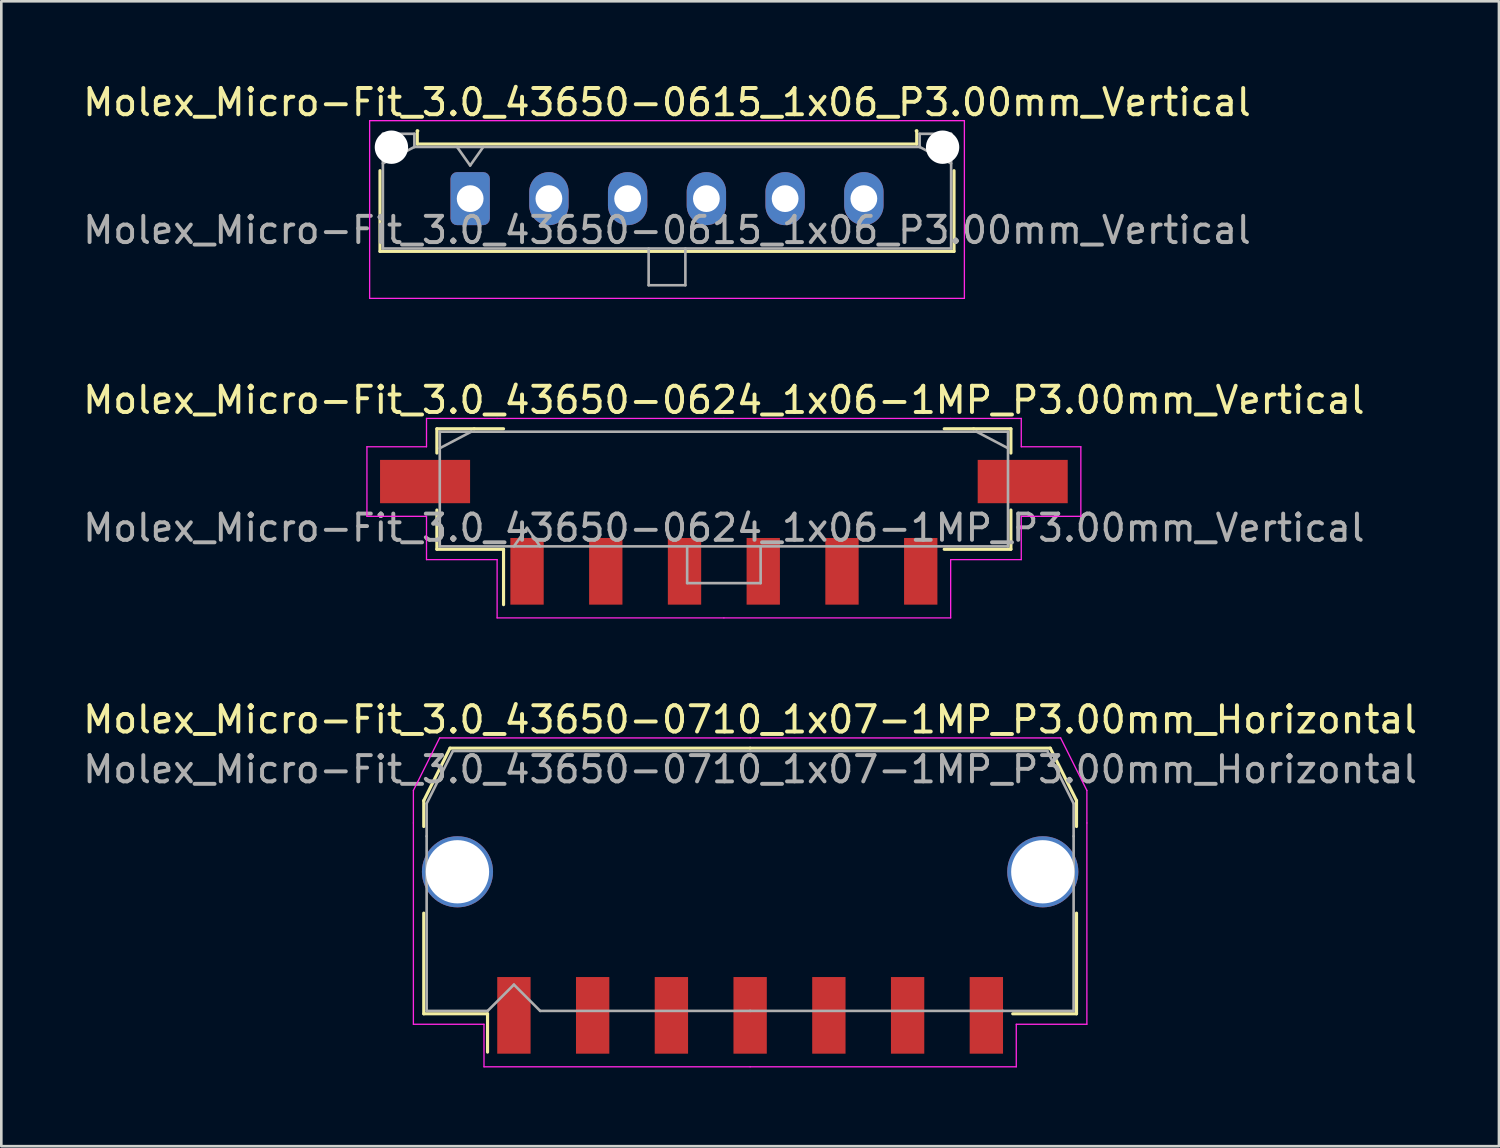
<source format=kicad_pcb>
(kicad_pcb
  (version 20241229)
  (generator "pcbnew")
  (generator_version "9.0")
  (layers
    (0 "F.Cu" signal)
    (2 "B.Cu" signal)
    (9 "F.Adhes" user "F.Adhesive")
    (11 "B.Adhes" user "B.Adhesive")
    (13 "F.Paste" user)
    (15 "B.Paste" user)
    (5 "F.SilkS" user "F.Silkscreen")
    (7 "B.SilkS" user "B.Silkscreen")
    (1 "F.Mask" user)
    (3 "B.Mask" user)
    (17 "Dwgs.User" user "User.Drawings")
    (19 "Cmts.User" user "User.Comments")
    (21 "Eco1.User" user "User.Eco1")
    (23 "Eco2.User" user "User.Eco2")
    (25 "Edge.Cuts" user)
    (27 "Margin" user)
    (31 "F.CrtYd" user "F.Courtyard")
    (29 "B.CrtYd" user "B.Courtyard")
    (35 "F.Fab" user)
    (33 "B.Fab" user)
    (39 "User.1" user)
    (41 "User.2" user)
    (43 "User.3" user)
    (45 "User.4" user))
  (footprint "Molex_Micro-Fit_3.0_43650-0615_1x06_P3.00mm_Vertical"
    (layer "F.Cu")
    (at 14.863 4.518)
    (property "Reference" "Molex_Micro-Fit_3.0_43650-0615_1x06_P3.00mm_Vertical" (at 7.5 -3.67 0) (layer "F.SilkS") (effects (font (size 1 1) (thickness 0.15))))
    (attr through_hole)
    (fp_line (start -3.435 -1.065) (end -3.435 2.01) (stroke (width 0.12) (type solid)) (layer "F.SilkS"))
    (fp_line (start -3.435 2.01) (end 18.435 2.01) (stroke (width 0.12) (type solid)) (layer "F.SilkS"))
    (fp_line (start -2.015 -2.58) (end -2.015 -2.08) (stroke (width 0.12) (type solid)) (layer "F.SilkS"))
    (fp_line (start -2.015 -2.08) (end 17.015 -2.08) (stroke (width 0.12) (type solid)) (layer "F.SilkS"))
    (fp_line (start -1.995 -2.58) (end -2.015 -2.58) (stroke (width 0.12) (type solid)) (layer "F.SilkS"))
    (fp_line (start 17.015 -2.58) (end 16.995 -2.58) (stroke (width 0.12) (type solid)) (layer "F.SilkS"))
    (fp_line (start 17.015 -2.08) (end 17.015 -2.58) (stroke (width 0.12) (type solid)) (layer "F.SilkS"))
    (fp_line (start 18.435 2.01) (end 18.435 -1.065) (stroke (width 0.12) (type solid)) (layer "F.SilkS"))
    (fp_line (start -3.83 -2.97) (end 18.83 -2.97) (stroke (width 0.05) (type solid)) (layer "F.CrtYd"))
    (fp_line (start -3.83 3.8) (end -3.83 -2.97) (stroke (width 0.05) (type solid)) (layer "F.CrtYd"))
    (fp_line (start 18.83 -2.97) (end 18.83 3.8) (stroke (width 0.05) (type solid)) (layer "F.CrtYd"))
    (fp_line (start 18.83 3.8) (end -3.83 3.8) (stroke (width 0.05) (type solid)) (layer "F.CrtYd"))
    (fp_line (start -3.325 -2.47) (end -3.325 1.9) (stroke (width 0.1) (type solid)) (layer "F.Fab"))
    (fp_line (start -3.325 -1.34) (end -2.125 -1.97) (stroke (width 0.1) (type solid)) (layer "F.Fab"))
    (fp_line (start -3.325 1.9) (end 18.325 1.9) (stroke (width 0.1) (type solid)) (layer "F.Fab"))
    (fp_line (start -2.125 -2.47) (end -3.325 -2.47) (stroke (width 0.1) (type solid)) (layer "F.Fab"))
    (fp_line (start -2.125 -1.97) (end -2.125 -2.47) (stroke (width 0.1) (type solid)) (layer "F.Fab"))
    (fp_line (start -0.5 -1.97) (end 0 -1.263) (stroke (width 0.1) (type solid)) (layer "F.Fab"))
    (fp_line (start 0 -1.263) (end 0.5 -1.97) (stroke (width 0.1) (type solid)) (layer "F.Fab"))
    (fp_line (start 6.8 1.9) (end 6.8 3.3) (stroke (width 0.1) (type solid)) (layer "F.Fab"))
    (fp_line (start 6.8 3.3) (end 8.2 3.3) (stroke (width 0.1) (type solid)) (layer "F.Fab"))
    (fp_line (start 8.2 3.3) (end 8.2 1.9) (stroke (width 0.1) (type solid)) (layer "F.Fab"))
    (fp_line (start 17.125 -2.47) (end 17.125 -1.97) (stroke (width 0.1) (type solid)) (layer "F.Fab"))
    (fp_line (start 17.125 -1.97) (end -2.125 -1.97) (stroke (width 0.1) (type solid)) (layer "F.Fab"))
    (fp_line (start 18.325 -2.47) (end 17.125 -2.47) (stroke (width 0.1) (type solid)) (layer "F.Fab"))
    (fp_line (start 18.325 -1.34) (end 17.125 -1.97) (stroke (width 0.1) (type solid)) (layer "F.Fab"))
    (fp_line (start 18.325 1.9) (end 18.325 -2.47) (stroke (width 0.1) (type solid)) (layer "F.Fab"))
    (fp_text user "${REFERENCE}" (at 7.5 1.2 0) (layer "F.Fab") (effects (font (size 1 1) (thickness 0.15))))
    (pad "" np_thru_hole circle (at -3 -1.96) (size 1.27 1.27) (drill 1.27) (layers "*.Cu" "*.Mask"))
    (pad "" np_thru_hole circle (at 18 -1.96) (size 1.27 1.27) (drill 1.27) (layers "*.Cu" "*.Mask"))
    (pad "1" thru_hole roundrect (at 0 0) (size 1.5 2.02) (drill 1.02) (layers "*.Cu" "*.Mask") (roundrect_rratio 0.167))
    (pad "2" thru_hole oval (at 3 0) (size 1.5 2.02) (drill 1.02) (layers "*.Cu" "*.Mask"))
    (pad "3" thru_hole oval (at 6 0) (size 1.5 2.02) (drill 1.02) (layers "*.Cu" "*.Mask"))
    (pad "4" thru_hole oval (at 9 0) (size 1.5 2.02) (drill 1.02) (layers "*.Cu" "*.Mask"))
    (pad "5" thru_hole oval (at 12 0) (size 1.5 2.02) (drill 1.02) (layers "*.Cu" "*.Mask"))
    (pad "6" thru_hole oval (at 15 0) (size 1.5 2.02) (drill 1.02) (layers "*.Cu" "*.Mask")))
  (footprint "Molex_Micro-Fit_3.0_43650-0624_1x06-1MP_P3.00mm_Vertical"
    (layer "F.Cu")
    (at 24.53 15.582)
    (property "Reference" "Molex_Micro-Fit_3.0_43650-0624_1x06-1MP_P3.00mm_Vertical" (at 0 -3.39 0) (layer "F.SilkS") (effects (font (size 1 1) (thickness 0.15))))
    (attr smd)
    (fp_line (start -10.935 -2.295) (end -9.515 -2.295) (stroke (width 0.12) (type solid)) (layer "F.SilkS"))
    (fp_line (start -10.935 -1.37) (end -10.935 -2.295) (stroke (width 0.12) (type solid)) (layer "F.SilkS"))
    (fp_line (start -10.935 0.8) (end -10.935 2.295) (stroke (width 0.12) (type solid)) (layer "F.SilkS"))
    (fp_line (start -10.935 2.295) (end -8.395 2.295) (stroke (width 0.12) (type solid)) (layer "F.SilkS"))
    (fp_line (start -9.515 -2.295) (end -8.395 -2.295) (stroke (width 0.12) (type solid)) (layer "F.SilkS"))
    (fp_line (start -8.395 2.295) (end -8.395 4.405) (stroke (width 0.12) (type solid)) (layer "F.SilkS"))
    (fp_line (start 9.515 -2.295) (end 8.395 -2.295) (stroke (width 0.12) (type solid)) (layer "F.SilkS"))
    (fp_line (start 10.935 -2.295) (end 9.515 -2.295) (stroke (width 0.12) (type solid)) (layer "F.SilkS"))
    (fp_line (start 10.935 -1.37) (end 10.935 -2.295) (stroke (width 0.12) (type solid)) (layer "F.SilkS"))
    (fp_line (start 10.935 0.8) (end 10.935 2.295) (stroke (width 0.12) (type solid)) (layer "F.SilkS"))
    (fp_line (start 10.935 2.295) (end 8.395 2.295) (stroke (width 0.12) (type solid)) (layer "F.SilkS"))
    (fp_line (start -13.6 -1.61) (end -13.6 1.04) (stroke (width 0.05) (type solid)) (layer "F.CrtYd"))
    (fp_line (start -13.6 1.04) (end -11.33 1.04) (stroke (width 0.05) (type solid)) (layer "F.CrtYd"))
    (fp_line (start -11.33 -2.69) (end -11.33 -1.61) (stroke (width 0.05) (type solid)) (layer "F.CrtYd"))
    (fp_line (start -11.33 -1.61) (end -13.6 -1.61) (stroke (width 0.05) (type solid)) (layer "F.CrtYd"))
    (fp_line (start -11.33 1.04) (end -11.33 2.69) (stroke (width 0.05) (type solid)) (layer "F.CrtYd"))
    (fp_line (start -11.33 2.69) (end -8.64 2.69) (stroke (width 0.05) (type solid)) (layer "F.CrtYd"))
    (fp_line (start -8.64 -2.69) (end -11.33 -2.69) (stroke (width 0.05) (type solid)) (layer "F.CrtYd"))
    (fp_line (start -8.64 2.69) (end -8.64 4.91) (stroke (width 0.05) (type solid)) (layer "F.CrtYd"))
    (fp_line (start -8.64 4.91) (end 0 4.91) (stroke (width 0.05) (type solid)) (layer "F.CrtYd"))
    (fp_line (start 0 -2.69) (end -8.64 -2.69) (stroke (width 0.05) (type solid)) (layer "F.CrtYd"))
    (fp_line (start 0 -2.69) (end 8.64 -2.69) (stroke (width 0.05) (type solid)) (layer "F.CrtYd"))
    (fp_line (start 8.64 -2.69) (end 11.33 -2.69) (stroke (width 0.05) (type solid)) (layer "F.CrtYd"))
    (fp_line (start 8.64 2.69) (end 8.64 4.91) (stroke (width 0.05) (type solid)) (layer "F.CrtYd"))
    (fp_line (start 8.64 4.91) (end 0 4.91) (stroke (width 0.05) (type solid)) (layer "F.CrtYd"))
    (fp_line (start 11.33 -2.69) (end 11.33 -1.61) (stroke (width 0.05) (type solid)) (layer "F.CrtYd"))
    (fp_line (start 11.33 -1.61) (end 13.6 -1.61) (stroke (width 0.05) (type solid)) (layer "F.CrtYd"))
    (fp_line (start 11.33 1.04) (end 11.33 2.69) (stroke (width 0.05) (type solid)) (layer "F.CrtYd"))
    (fp_line (start 11.33 2.69) (end 8.64 2.69) (stroke (width 0.05) (type solid)) (layer "F.CrtYd"))
    (fp_line (start 13.6 -1.61) (end 13.6 1.04) (stroke (width 0.05) (type solid)) (layer "F.CrtYd"))
    (fp_line (start 13.6 1.04) (end 11.33 1.04) (stroke (width 0.05) (type solid)) (layer "F.CrtYd"))
    (fp_line (start -10.825 -2.185) (end -10.825 2.185) (stroke (width 0.1) (type solid)) (layer "F.Fab"))
    (fp_line (start -10.825 -1.555) (end -9.625 -2.185) (stroke (width 0.1) (type solid)) (layer "F.Fab"))
    (fp_line (start -10.825 2.185) (end 10.825 2.185) (stroke (width 0.1) (type solid)) (layer "F.Fab"))
    (fp_line (start -9.625 -2.185) (end -10.825 -2.185) (stroke (width 0.1) (type solid)) (layer "F.Fab"))
    (fp_line (start -8 2.185) (end -7.5 1.478) (stroke (width 0.1) (type solid)) (layer "F.Fab"))
    (fp_line (start -7.5 1.478) (end -7 2.185) (stroke (width 0.1) (type solid)) (layer "F.Fab"))
    (fp_line (start -1.4 2.185) (end -1.4 3.585) (stroke (width 0.1) (type solid)) (layer "F.Fab"))
    (fp_line (start -1.4 3.585) (end 1.4 3.585) (stroke (width 0.1) (type solid)) (layer "F.Fab"))
    (fp_line (start 1.4 3.585) (end 1.4 2.185) (stroke (width 0.1) (type solid)) (layer "F.Fab"))
    (fp_line (start 9.625 -2.185) (end -9.625 -2.185) (stroke (width 0.1) (type solid)) (layer "F.Fab"))
    (fp_line (start 10.825 -2.185) (end 9.625 -2.185) (stroke (width 0.1) (type solid)) (layer "F.Fab"))
    (fp_line (start 10.825 -1.555) (end 9.625 -2.185) (stroke (width 0.1) (type solid)) (layer "F.Fab"))
    (fp_line (start 10.825 2.185) (end 10.825 -2.185) (stroke (width 0.1) (type solid)) (layer "F.Fab"))
    (fp_text user "${REFERENCE}" (at 0 1.48 0) (layer "F.Fab") (effects (font (size 1 1) (thickness 0.15))))
    (pad "1" smd rect (at -7.5 3.135) (size 1.27 2.54) (layers "F.Cu" "F.Mask" "F.Paste"))
    (pad "2" smd rect (at -4.5 3.135) (size 1.27 2.54) (layers "F.Cu" "F.Mask" "F.Paste"))
    (pad "3" smd rect (at -1.5 3.135) (size 1.27 2.54) (layers "F.Cu" "F.Mask" "F.Paste"))
    (pad "4" smd rect (at 1.5 3.135) (size 1.27 2.54) (layers "F.Cu" "F.Mask" "F.Paste"))
    (pad "5" smd rect (at 4.5 3.135) (size 1.27 2.54) (layers "F.Cu" "F.Mask" "F.Paste"))
    (pad "6" smd rect (at 7.5 3.135) (size 1.27 2.54) (layers "F.Cu" "F.Mask" "F.Paste"))
    (pad "MP" smd rect (at -11.385 -0.285) (size 3.43 1.65) (layers "F.Cu" "F.Mask" "F.Paste"))
    (pad "MP" smd rect (at 11.385 -0.285) (size 3.43 1.65) (layers "F.Cu" "F.Mask" "F.Paste")))
  (footprint "Molex_Micro-Fit_3.0_43650-0710_1x07-1MP_P3.00mm_Horizontal"
    (layer "F.Cu")
    (at 25.53 30.515)
    (property "Reference" "Molex_Micro-Fit_3.0_43650-0710_1x07-1MP_P3.00mm_Horizontal" (at 0 -6.15 0) (layer "F.SilkS") (effects (font (size 1 1) (thickness 0.15))))
    (attr smd)
    (fp_line (start -12.435 -3.06) (end -12.435 -2.075) (stroke (width 0.12) (type solid)) (layer "F.SilkS"))
    (fp_line (start -12.435 1.225) (end -12.435 5.06) (stroke (width 0.12) (type solid)) (layer "F.SilkS"))
    (fp_line (start -12.435 5.06) (end -10.005 5.06) (stroke (width 0.12) (type solid)) (layer "F.SilkS"))
    (fp_line (start -11.435 -5.06) (end -12.435 -3.06) (stroke (width 0.12) (type solid)) (layer "F.SilkS"))
    (fp_line (start -10.005 5.06) (end -10.005 6.52) (stroke (width 0.12) (type solid)) (layer "F.SilkS"))
    (fp_line (start 0 -5.06) (end -11.435 -5.06) (stroke (width 0.12) (type solid)) (layer "F.SilkS"))
    (fp_line (start 0 -5.06) (end 11.435 -5.06) (stroke (width 0.12) (type solid)) (layer "F.SilkS"))
    (fp_line (start 11.435 -5.06) (end 12.435 -3.06) (stroke (width 0.12) (type solid)) (layer "F.SilkS"))
    (fp_line (start 12.435 -3.06) (end 12.435 -2.075) (stroke (width 0.12) (type solid)) (layer "F.SilkS"))
    (fp_line (start 12.435 1.225) (end 12.435 5.06) (stroke (width 0.12) (type solid)) (layer "F.SilkS"))
    (fp_line (start 12.435 5.06) (end 10.005 5.06) (stroke (width 0.12) (type solid)) (layer "F.SilkS"))
    (fp_line (start -12.83 -3.45) (end -12.83 -2.21) (stroke (width 0.05) (type solid)) (layer "F.CrtYd"))
    (fp_line (start -12.83 -2.21) (end -12.83 5.46) (stroke (width 0.05) (type solid)) (layer "F.CrtYd"))
    (fp_line (start -12.83 5.46) (end -10.14 5.46) (stroke (width 0.05) (type solid)) (layer "F.CrtYd"))
    (fp_line (start -11.83 -5.45) (end -12.83 -3.45) (stroke (width 0.05) (type solid)) (layer "F.CrtYd"))
    (fp_line (start -10.14 5.46) (end -10.14 7.08) (stroke (width 0.05) (type solid)) (layer "F.CrtYd"))
    (fp_line (start -10.14 7.08) (end 0 7.08) (stroke (width 0.05) (type solid)) (layer "F.CrtYd"))
    (fp_line (start 0 -5.45) (end -11.83 -5.45) (stroke (width 0.05) (type solid)) (layer "F.CrtYd"))
    (fp_line (start 0 -5.45) (end 11.83 -5.45) (stroke (width 0.05) (type solid)) (layer "F.CrtYd"))
    (fp_line (start 10.14 5.46) (end 10.14 7.08) (stroke (width 0.05) (type solid)) (layer "F.CrtYd"))
    (fp_line (start 10.14 7.08) (end 0 7.08) (stroke (width 0.05) (type solid)) (layer "F.CrtYd"))
    (fp_line (start 11.83 -5.45) (end 12.83 -3.45) (stroke (width 0.05) (type solid)) (layer "F.CrtYd"))
    (fp_line (start 12.83 -3.45) (end 12.83 -2.21) (stroke (width 0.05) (type solid)) (layer "F.CrtYd"))
    (fp_line (start 12.83 -2.21) (end 12.83 5.46) (stroke (width 0.05) (type solid)) (layer "F.CrtYd"))
    (fp_line (start 12.83 5.46) (end 10.14 5.46) (stroke (width 0.05) (type solid)) (layer "F.CrtYd"))
    (fp_line (start -12.325 -2.95) (end -12.325 -1.705) (stroke (width 0.1) (type solid)) (layer "F.Fab"))
    (fp_line (start -12.325 -1.705) (end -12.325 4.95) (stroke (width 0.1) (type solid)) (layer "F.Fab"))
    (fp_line (start -12.325 4.95) (end -10 4.95) (stroke (width 0.1) (type solid)) (layer "F.Fab"))
    (fp_line (start -11.325 -4.95) (end -12.325 -2.95) (stroke (width 0.1) (type solid)) (layer "F.Fab"))
    (fp_line (start -10 4.95) (end -9 3.95) (stroke (width 0.1) (type solid)) (layer "F.Fab"))
    (fp_line (start -9 3.95) (end -8 4.95) (stroke (width 0.1) (type solid)) (layer "F.Fab"))
    (fp_line (start -8 4.95) (end 0 4.95) (stroke (width 0.1) (type solid)) (layer "F.Fab"))
    (fp_line (start 0 -4.95) (end -11.325 -4.95) (stroke (width 0.1) (type solid)) (layer "F.Fab"))
    (fp_line (start 0 -4.95) (end 11.325 -4.95) (stroke (width 0.1) (type solid)) (layer "F.Fab"))
    (fp_line (start 9.635 4.95) (end 0 4.95) (stroke (width 0.1) (type solid)) (layer "F.Fab"))
    (fp_line (start 11.325 -4.95) (end 12.325 -2.95) (stroke (width 0.1) (type solid)) (layer "F.Fab"))
    (fp_line (start 12.325 -2.95) (end 12.325 -1.705) (stroke (width 0.1) (type solid)) (layer "F.Fab"))
    (fp_line (start 12.325 -1.705) (end 12.325 4.95) (stroke (width 0.1) (type solid)) (layer "F.Fab"))
    (fp_line (start 12.325 4.95) (end 9.635 4.95) (stroke (width 0.1) (type solid)) (layer "F.Fab"))
    (fp_text user "${REFERENCE}" (at 0 -4.25 0) (layer "F.Fab") (effects (font (size 1 1) (thickness 0.15))))
    (pad "1" smd rect (at -9 5.12) (size 1.27 2.92) (layers "F.Cu" "F.Mask" "F.Paste"))
    (pad "2" smd rect (at -6 5.12) (size 1.27 2.92) (layers "F.Cu" "F.Mask" "F.Paste"))
    (pad "3" smd rect (at -3 5.12) (size 1.27 2.92) (layers "F.Cu" "F.Mask" "F.Paste"))
    (pad "4" smd rect (at 0 5.12) (size 1.27 2.92) (layers "F.Cu" "F.Mask" "F.Paste"))
    (pad "5" smd rect (at 3 5.12) (size 1.27 2.92) (layers "F.Cu" "F.Mask" "F.Paste"))
    (pad "6" smd rect (at 6 5.12) (size 1.27 2.92) (layers "F.Cu" "F.Mask" "F.Paste"))
    (pad "7" smd rect (at 9 5.12) (size 1.27 2.92) (layers "F.Cu" "F.Mask" "F.Paste"))
    (pad "MP" thru_hole circle (at -11.15 -0.35) (size 2.71 2.71) (drill 2.41) (property pad_prop_heatsink) (layers "*.Cu" "*.Mask"))
    (pad "MP" thru_hole circle (at 11.15 -0.35) (size 2.71 2.71) (drill 2.41) (property pad_prop_heatsink) (layers "*.Cu" "*.Mask")))
  (gr_rect
    (start -3 -3)
    (end 54.06 40.62)
    (stroke (width 0.1) (type default))
    (fill no)
    (layer "Edge.Cuts")))
</source>
